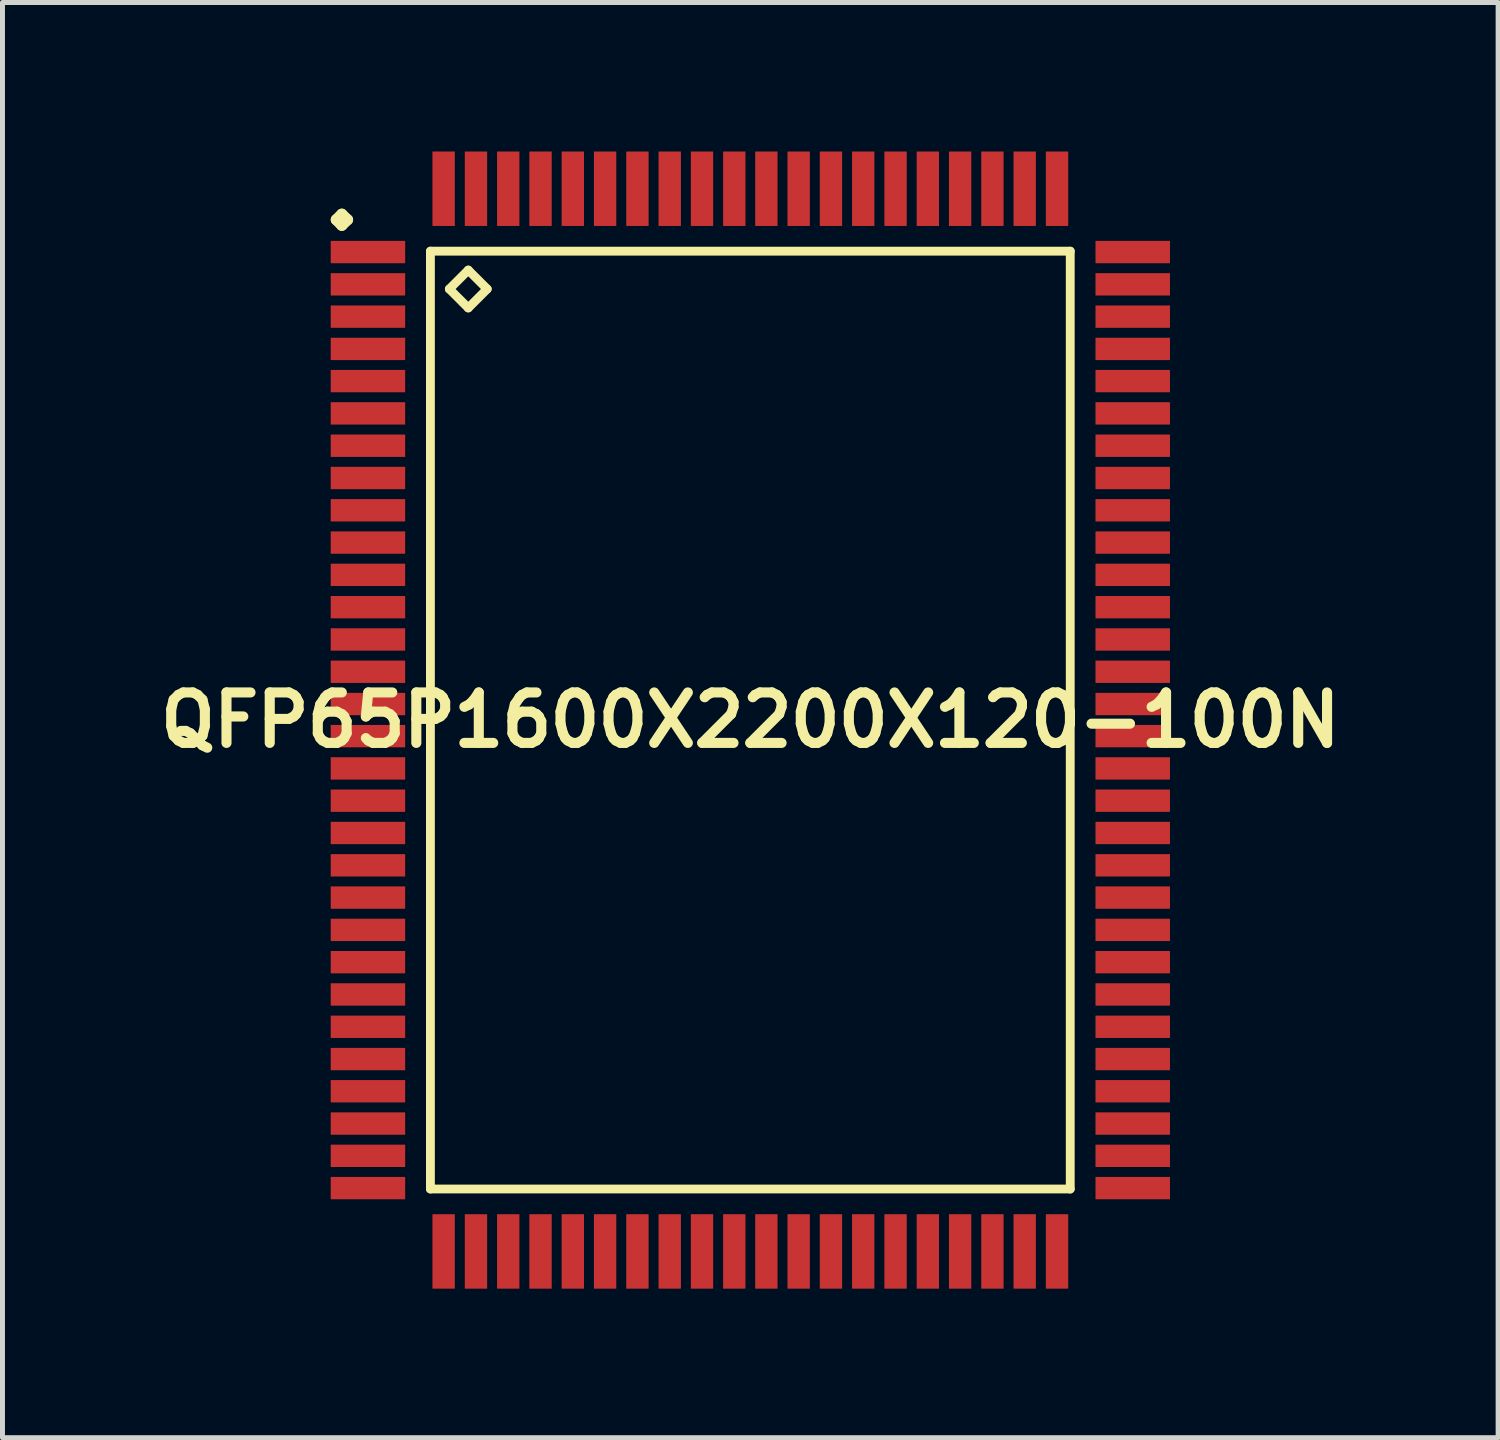
<source format=kicad_pcb>
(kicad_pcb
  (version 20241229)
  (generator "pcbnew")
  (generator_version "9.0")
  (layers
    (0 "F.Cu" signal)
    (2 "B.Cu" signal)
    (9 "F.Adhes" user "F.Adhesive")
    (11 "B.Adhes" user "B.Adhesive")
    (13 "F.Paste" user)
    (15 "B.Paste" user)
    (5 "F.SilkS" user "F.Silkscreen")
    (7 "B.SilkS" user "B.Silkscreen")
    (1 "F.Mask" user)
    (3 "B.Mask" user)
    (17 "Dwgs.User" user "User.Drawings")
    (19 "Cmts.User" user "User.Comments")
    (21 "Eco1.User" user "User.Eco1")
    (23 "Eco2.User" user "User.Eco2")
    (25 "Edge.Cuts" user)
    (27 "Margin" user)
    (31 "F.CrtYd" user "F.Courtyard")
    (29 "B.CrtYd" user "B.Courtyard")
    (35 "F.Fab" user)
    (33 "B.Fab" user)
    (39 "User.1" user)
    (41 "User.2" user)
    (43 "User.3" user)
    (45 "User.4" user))
  (footprint "QFP65P1600X2200X120-100N"
    (layer "F.Cu")
    (at 12.057 11.448)
    (property "Reference" "QFP65P1600X2200X120-100N" (at 0 0 0) (layer "F.SilkS") (effects (font (size 1.016 1.016) (thickness 0.203))))
    (attr smd)
    (fp_line (start -8.336 -10.074) (end -8.225 -10.185) (stroke (width 0.224) (type solid)) (layer "F.SilkS"))
    (fp_line (start -8.225 -10.185) (end -8.11 -10.074) (stroke (width 0.224) (type solid)) (layer "F.SilkS"))
    (fp_line (start -8.225 -9.962) (end -8.336 -10.074) (stroke (width 0.224) (type solid)) (layer "F.SilkS"))
    (fp_line (start -8.11 -10.074) (end -8.225 -9.962) (stroke (width 0.224) (type solid)) (layer "F.SilkS"))
    (fp_line (start -6.441 -9.441) (end -6.441 9.441) (stroke (width 0.178) (type solid)) (layer "F.SilkS"))
    (fp_line (start -6.441 9.441) (end 6.441 9.441) (stroke (width 0.178) (type solid)) (layer "F.SilkS"))
    (fp_line (start -6.06 -8.679) (end -5.679 -9.06) (stroke (width 0.178) (type solid)) (layer "F.SilkS"))
    (fp_line (start -5.679 -9.06) (end -5.298 -8.679) (stroke (width 0.178) (type solid)) (layer "F.SilkS"))
    (fp_line (start -5.679 -8.298) (end -6.06 -8.679) (stroke (width 0.178) (type solid)) (layer "F.SilkS"))
    (fp_line (start -5.298 -8.679) (end -5.679 -8.298) (stroke (width 0.178) (type solid)) (layer "F.SilkS"))
    (fp_line (start 6.441 -9.441) (end -6.441 -9.441) (stroke (width 0.178) (type solid)) (layer "F.SilkS"))
    (fp_line (start 6.441 9.441) (end 6.441 -9.441) (stroke (width 0.178) (type solid)) (layer "F.SilkS"))
    (pad "1" smd rect (at -7.699 -9.423) (size 1.499 0.45) (layers "F.Cu" "F.Mask" "F.Paste"))
    (pad "2" smd rect (at -7.699 -8.773) (size 1.499 0.45) (layers "F.Cu" "F.Mask" "F.Paste"))
    (pad "3" smd rect (at -7.699 -8.123) (size 1.499 0.45) (layers "F.Cu" "F.Mask" "F.Paste"))
    (pad "4" smd rect (at -7.699 -7.473) (size 1.499 0.45) (layers "F.Cu" "F.Mask" "F.Paste"))
    (pad "5" smd rect (at -7.699 -6.825) (size 1.499 0.45) (layers "F.Cu" "F.Mask" "F.Paste"))
    (pad "6" smd rect (at -7.699 -6.175) (size 1.499 0.45) (layers "F.Cu" "F.Mask" "F.Paste"))
    (pad "7" smd rect (at -7.699 -5.524) (size 1.499 0.45) (layers "F.Cu" "F.Mask" "F.Paste"))
    (pad "8" smd rect (at -7.699 -4.874) (size 1.499 0.45) (layers "F.Cu" "F.Mask" "F.Paste"))
    (pad "9" smd rect (at -7.699 -4.224) (size 1.499 0.45) (layers "F.Cu" "F.Mask" "F.Paste"))
    (pad "10" smd rect (at -7.699 -3.574) (size 1.499 0.45) (layers "F.Cu" "F.Mask" "F.Paste"))
    (pad "11" smd rect (at -7.699 -2.924) (size 1.499 0.45) (layers "F.Cu" "F.Mask" "F.Paste"))
    (pad "12" smd rect (at -7.699 -2.273) (size 1.499 0.45) (layers "F.Cu" "F.Mask" "F.Paste"))
    (pad "13" smd rect (at -7.699 -1.623) (size 1.499 0.45) (layers "F.Cu" "F.Mask" "F.Paste"))
    (pad "14" smd rect (at -7.699 -0.973) (size 1.499 0.45) (layers "F.Cu" "F.Mask" "F.Paste"))
    (pad "15" smd rect (at -7.699 -0.323) (size 1.499 0.45) (layers "F.Cu" "F.Mask" "F.Paste"))
    (pad "16" smd rect (at -7.699 0.323) (size 1.499 0.45) (layers "F.Cu" "F.Mask" "F.Paste"))
    (pad "17" smd rect (at -7.699 0.973) (size 1.499 0.45) (layers "F.Cu" "F.Mask" "F.Paste"))
    (pad "18" smd rect (at -7.699 1.623) (size 1.499 0.45) (layers "F.Cu" "F.Mask" "F.Paste"))
    (pad "19" smd rect (at -7.699 2.273) (size 1.499 0.45) (layers "F.Cu" "F.Mask" "F.Paste"))
    (pad "20" smd rect (at -7.699 2.924) (size 1.499 0.45) (layers "F.Cu" "F.Mask" "F.Paste"))
    (pad "21" smd rect (at -7.699 3.574) (size 1.499 0.45) (layers "F.Cu" "F.Mask" "F.Paste"))
    (pad "22" smd rect (at -7.699 4.224) (size 1.499 0.45) (layers "F.Cu" "F.Mask" "F.Paste"))
    (pad "23" smd rect (at -7.699 4.874) (size 1.499 0.45) (layers "F.Cu" "F.Mask" "F.Paste"))
    (pad "24" smd rect (at -7.699 5.524) (size 1.499 0.45) (layers "F.Cu" "F.Mask" "F.Paste"))
    (pad "25" smd rect (at -7.699 6.175) (size 1.499 0.45) (layers "F.Cu" "F.Mask" "F.Paste"))
    (pad "26" smd rect (at -7.699 6.825) (size 1.499 0.45) (layers "F.Cu" "F.Mask" "F.Paste"))
    (pad "27" smd rect (at -7.699 7.473) (size 1.499 0.45) (layers "F.Cu" "F.Mask" "F.Paste"))
    (pad "28" smd rect (at -7.699 8.123) (size 1.499 0.45) (layers "F.Cu" "F.Mask" "F.Paste"))
    (pad "29" smd rect (at -7.699 8.773) (size 1.499 0.45) (layers "F.Cu" "F.Mask" "F.Paste"))
    (pad "30" smd rect (at -7.699 9.423) (size 1.499 0.45) (layers "F.Cu" "F.Mask" "F.Paste"))
    (pad "31" smd rect (at -6.175 10.698) (size 0.45 1.499) (layers "F.Cu" "F.Mask" "F.Paste"))
    (pad "32" smd rect (at -5.524 10.698) (size 0.45 1.499) (layers "F.Cu" "F.Mask" "F.Paste"))
    (pad "33" smd rect (at -4.874 10.698) (size 0.45 1.499) (layers "F.Cu" "F.Mask" "F.Paste"))
    (pad "34" smd rect (at -4.224 10.698) (size 0.45 1.499) (layers "F.Cu" "F.Mask" "F.Paste"))
    (pad "35" smd rect (at -3.574 10.698) (size 0.45 1.499) (layers "F.Cu" "F.Mask" "F.Paste"))
    (pad "36" smd rect (at -2.924 10.698) (size 0.45 1.499) (layers "F.Cu" "F.Mask" "F.Paste"))
    (pad "37" smd rect (at -2.273 10.698) (size 0.45 1.499) (layers "F.Cu" "F.Mask" "F.Paste"))
    (pad "38" smd rect (at -1.623 10.698) (size 0.45 1.499) (layers "F.Cu" "F.Mask" "F.Paste"))
    (pad "39" smd rect (at -0.973 10.698) (size 0.45 1.499) (layers "F.Cu" "F.Mask" "F.Paste"))
    (pad "40" smd rect (at -0.323 10.698) (size 0.45 1.499) (layers "F.Cu" "F.Mask" "F.Paste"))
    (pad "41" smd rect (at 0.323 10.698) (size 0.45 1.499) (layers "F.Cu" "F.Mask" "F.Paste"))
    (pad "42" smd rect (at 0.973 10.698) (size 0.45 1.499) (layers "F.Cu" "F.Mask" "F.Paste"))
    (pad "43" smd rect (at 1.623 10.698) (size 0.45 1.499) (layers "F.Cu" "F.Mask" "F.Paste"))
    (pad "44" smd rect (at 2.273 10.698) (size 0.45 1.499) (layers "F.Cu" "F.Mask" "F.Paste"))
    (pad "45" smd rect (at 2.924 10.698) (size 0.45 1.499) (layers "F.Cu" "F.Mask" "F.Paste"))
    (pad "46" smd rect (at 3.574 10.698) (size 0.45 1.499) (layers "F.Cu" "F.Mask" "F.Paste"))
    (pad "47" smd rect (at 4.224 10.698) (size 0.45 1.499) (layers "F.Cu" "F.Mask" "F.Paste"))
    (pad "48" smd rect (at 4.874 10.698) (size 0.45 1.499) (layers "F.Cu" "F.Mask" "F.Paste"))
    (pad "49" smd rect (at 5.524 10.698) (size 0.45 1.499) (layers "F.Cu" "F.Mask" "F.Paste"))
    (pad "50" smd rect (at 6.175 10.698) (size 0.45 1.499) (layers "F.Cu" "F.Mask" "F.Paste"))
    (pad "51" smd rect (at 7.699 9.423) (size 1.499 0.45) (layers "F.Cu" "F.Mask" "F.Paste"))
    (pad "52" smd rect (at 7.699 8.773) (size 1.499 0.45) (layers "F.Cu" "F.Mask" "F.Paste"))
    (pad "53" smd rect (at 7.699 8.123) (size 1.499 0.45) (layers "F.Cu" "F.Mask" "F.Paste"))
    (pad "54" smd rect (at 7.699 7.473) (size 1.499 0.45) (layers "F.Cu" "F.Mask" "F.Paste"))
    (pad "55" smd rect (at 7.699 6.825) (size 1.499 0.45) (layers "F.Cu" "F.Mask" "F.Paste"))
    (pad "56" smd rect (at 7.699 6.175) (size 1.499 0.45) (layers "F.Cu" "F.Mask" "F.Paste"))
    (pad "57" smd rect (at 7.699 5.524) (size 1.499 0.45) (layers "F.Cu" "F.Mask" "F.Paste"))
    (pad "58" smd rect (at 7.699 4.874) (size 1.499 0.45) (layers "F.Cu" "F.Mask" "F.Paste"))
    (pad "59" smd rect (at 7.699 4.224) (size 1.499 0.45) (layers "F.Cu" "F.Mask" "F.Paste"))
    (pad "60" smd rect (at 7.699 3.574) (size 1.499 0.45) (layers "F.Cu" "F.Mask" "F.Paste"))
    (pad "61" smd rect (at 7.699 2.924) (size 1.499 0.45) (layers "F.Cu" "F.Mask" "F.Paste"))
    (pad "62" smd rect (at 7.699 2.273) (size 1.499 0.45) (layers "F.Cu" "F.Mask" "F.Paste"))
    (pad "63" smd rect (at 7.699 1.623) (size 1.499 0.45) (layers "F.Cu" "F.Mask" "F.Paste"))
    (pad "64" smd rect (at 7.699 0.973) (size 1.499 0.45) (layers "F.Cu" "F.Mask" "F.Paste"))
    (pad "65" smd rect (at 7.699 0.323) (size 1.499 0.45) (layers "F.Cu" "F.Mask" "F.Paste"))
    (pad "66" smd rect (at 7.699 -0.323) (size 1.499 0.45) (layers "F.Cu" "F.Mask" "F.Paste"))
    (pad "67" smd rect (at 7.699 -0.973) (size 1.499 0.45) (layers "F.Cu" "F.Mask" "F.Paste"))
    (pad "68" smd rect (at 7.699 -1.623) (size 1.499 0.45) (layers "F.Cu" "F.Mask" "F.Paste"))
    (pad "69" smd rect (at 7.699 -2.273) (size 1.499 0.45) (layers "F.Cu" "F.Mask" "F.Paste"))
    (pad "70" smd rect (at 7.699 -2.924) (size 1.499 0.45) (layers "F.Cu" "F.Mask" "F.Paste"))
    (pad "71" smd rect (at 7.699 -3.574) (size 1.499 0.45) (layers "F.Cu" "F.Mask" "F.Paste"))
    (pad "72" smd rect (at 7.699 -4.224) (size 1.499 0.45) (layers "F.Cu" "F.Mask" "F.Paste"))
    (pad "73" smd rect (at 7.699 -4.874) (size 1.499 0.45) (layers "F.Cu" "F.Mask" "F.Paste"))
    (pad "74" smd rect (at 7.699 -5.524) (size 1.499 0.45) (layers "F.Cu" "F.Mask" "F.Paste"))
    (pad "75" smd rect (at 7.699 -6.175) (size 1.499 0.45) (layers "F.Cu" "F.Mask" "F.Paste"))
    (pad "76" smd rect (at 7.699 -6.825) (size 1.499 0.45) (layers "F.Cu" "F.Mask" "F.Paste"))
    (pad "77" smd rect (at 7.699 -7.473) (size 1.499 0.45) (layers "F.Cu" "F.Mask" "F.Paste"))
    (pad "78" smd rect (at 7.699 -8.123) (size 1.499 0.45) (layers "F.Cu" "F.Mask" "F.Paste"))
    (pad "79" smd rect (at 7.699 -8.773) (size 1.499 0.45) (layers "F.Cu" "F.Mask" "F.Paste"))
    (pad "80" smd rect (at 7.699 -9.423) (size 1.499 0.45) (layers "F.Cu" "F.Mask" "F.Paste"))
    (pad "81" smd rect (at 6.175 -10.698) (size 0.45 1.499) (layers "F.Cu" "F.Mask" "F.Paste"))
    (pad "82" smd rect (at 5.524 -10.698) (size 0.45 1.499) (layers "F.Cu" "F.Mask" "F.Paste"))
    (pad "83" smd rect (at 4.874 -10.698) (size 0.45 1.499) (layers "F.Cu" "F.Mask" "F.Paste"))
    (pad "84" smd rect (at 4.224 -10.698) (size 0.45 1.499) (layers "F.Cu" "F.Mask" "F.Paste"))
    (pad "85" smd rect (at 3.574 -10.698) (size 0.45 1.499) (layers "F.Cu" "F.Mask" "F.Paste"))
    (pad "86" smd rect (at 2.924 -10.698) (size 0.45 1.499) (layers "F.Cu" "F.Mask" "F.Paste"))
    (pad "87" smd rect (at 2.273 -10.698) (size 0.45 1.499) (layers "F.Cu" "F.Mask" "F.Paste"))
    (pad "88" smd rect (at 1.623 -10.698) (size 0.45 1.499) (layers "F.Cu" "F.Mask" "F.Paste"))
    (pad "89" smd rect (at 0.973 -10.698) (size 0.45 1.499) (layers "F.Cu" "F.Mask" "F.Paste"))
    (pad "90" smd rect (at 0.323 -10.698) (size 0.45 1.499) (layers "F.Cu" "F.Mask" "F.Paste"))
    (pad "91" smd rect (at -0.323 -10.698) (size 0.45 1.499) (layers "F.Cu" "F.Mask" "F.Paste"))
    (pad "92" smd rect (at -0.973 -10.698) (size 0.45 1.499) (layers "F.Cu" "F.Mask" "F.Paste"))
    (pad "93" smd rect (at -1.623 -10.698) (size 0.45 1.499) (layers "F.Cu" "F.Mask" "F.Paste"))
    (pad "94" smd rect (at -2.273 -10.698) (size 0.45 1.499) (layers "F.Cu" "F.Mask" "F.Paste"))
    (pad "95" smd rect (at -2.924 -10.698) (size 0.45 1.499) (layers "F.Cu" "F.Mask" "F.Paste"))
    (pad "96" smd rect (at -3.574 -10.698) (size 0.45 1.499) (layers "F.Cu" "F.Mask" "F.Paste"))
    (pad "97" smd rect (at -4.224 -10.698) (size 0.45 1.499) (layers "F.Cu" "F.Mask" "F.Paste"))
    (pad "98" smd rect (at -4.874 -10.698) (size 0.45 1.499) (layers "F.Cu" "F.Mask" "F.Paste"))
    (pad "99" smd rect (at -5.524 -10.698) (size 0.45 1.499) (layers "F.Cu" "F.Mask" "F.Paste"))
    (pad "100" smd rect (at -6.175 -10.698) (size 0.45 1.499) (layers "F.Cu" "F.Mask" "F.Paste")))
  (gr_rect
    (start -3 -3)
    (end 27.113 25.896)
    (stroke (width 0.1) (type default))
    (fill no)
    (layer "Edge.Cuts")))
</source>
